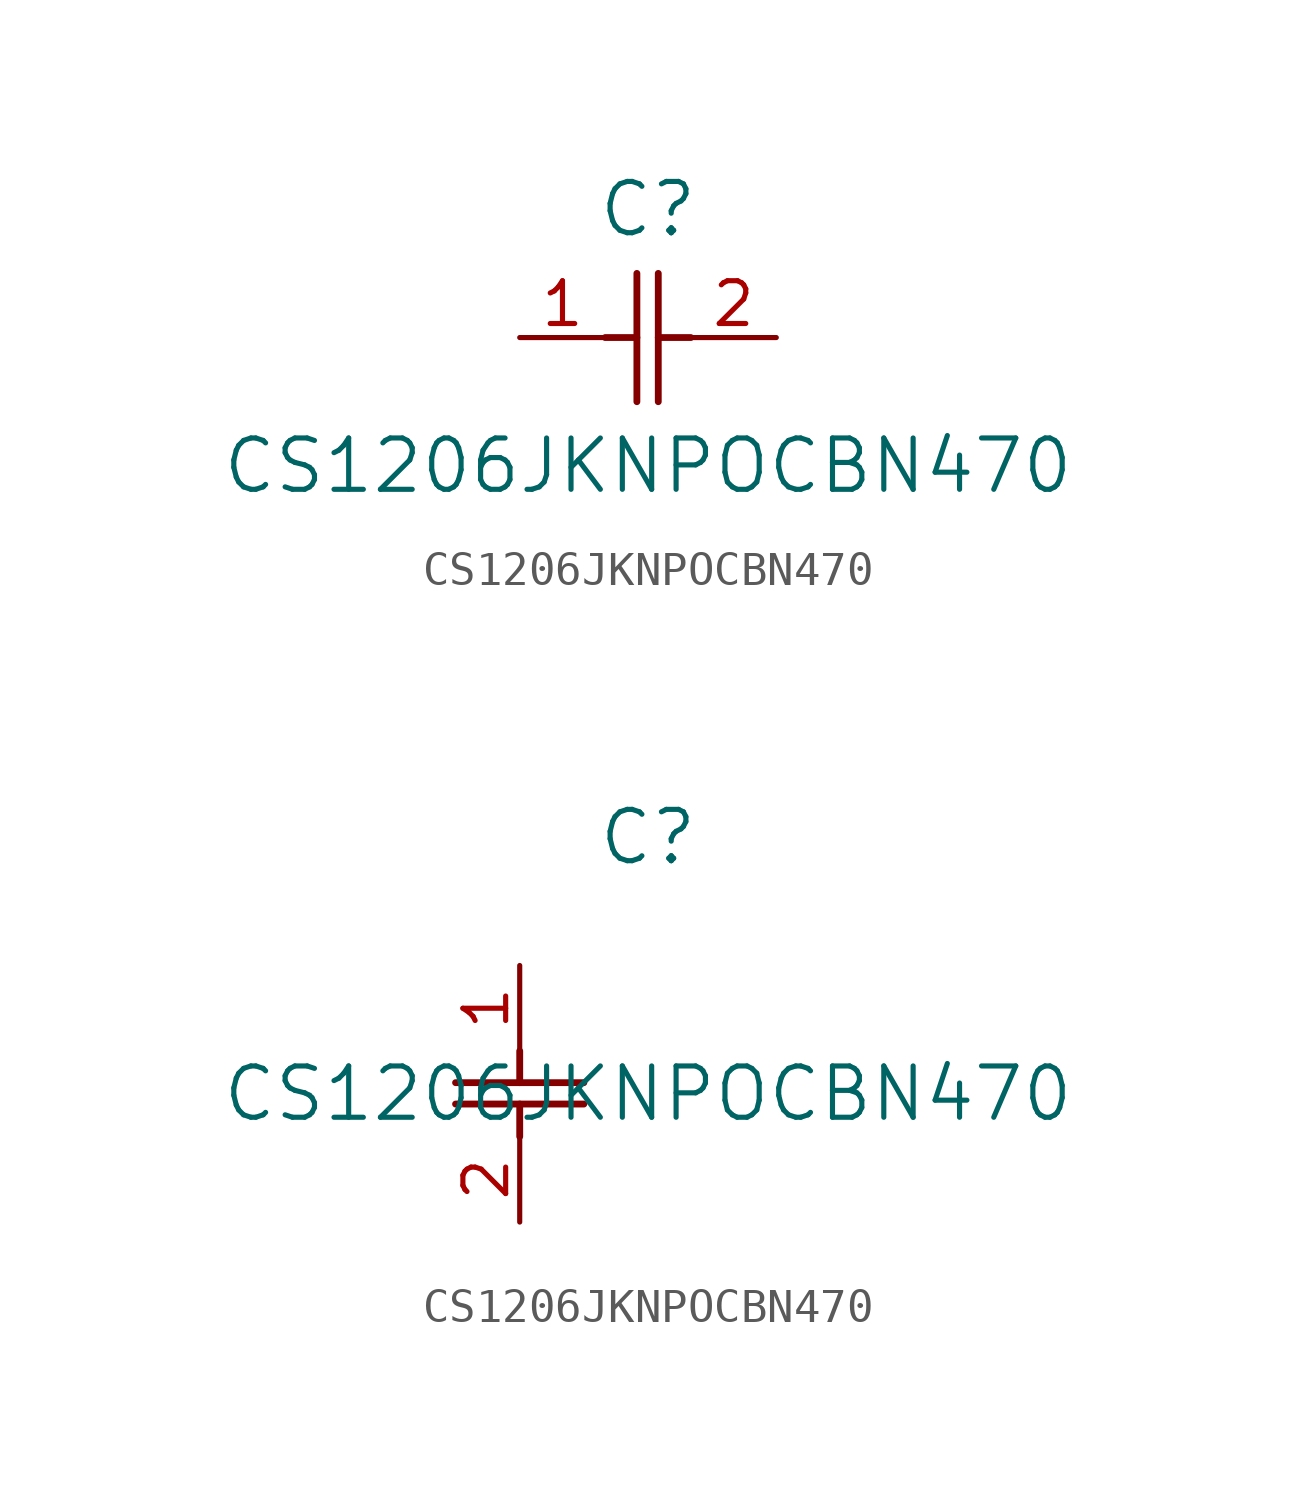
<source format=kicad_sym>
(kicad_symbol_lib
  (version 20211014)
  (generator kicad_symbol_editor)
  (symbol "CS1206JKNPOCBN470"
    (pin_names
      (offset 0.254))
    (property "Reference" "C"
      (at 3.81 3.81 0)
      (effects (font (size 1.524 1.524))))
    (property "Value" "CS1206JKNPOCBN470"
      (at 3.81 -3.81 0)
      (effects (font (size 1.524 1.524))))
    (symbol "CS1206JKNPOCBN470_1_1"
      (polyline (pts (xy 3.48 -1.905) (xy 3.48 1.905)) (stroke (width 0.203) (type default) (color 0 0 0 0)) (fill (type none)))
      (polyline (pts (xy 4.115 -1.905) (xy 4.115 1.905)) (stroke (width 0.203) (type default) (color 0 0 0 0)) (fill (type none)))
      (polyline (pts (xy 4.115 0) (xy 5.08 0)) (stroke (width 0.203) (type default) (color 0 0 0 0)) (fill (type none)))
      (polyline (pts (xy 2.54 0) (xy 3.48 0)) (stroke (width 0.203) (type default) (color 0 0 0 0)) (fill (type none)))
      (pin unspecified line (at 0 0 0) (length 2.54) (name "" (effects (font (size 1.27 1.27)))) (number "1" (effects (font (size 1.27 1.27)))))
      (pin unspecified line (at 7.62 0 180) (length 2.54) (name "" (effects (font (size 1.27 1.27)))) (number "2" (effects (font (size 1.27 1.27))))))
    (symbol "CS1206JKNPOCBN470_1_2"
      (polyline (pts (xy -1.905 -3.48) (xy 1.905 -3.48)) (stroke (width 0.203) (type default) (color 0 0 0 0)) (fill (type none)))
      (polyline (pts (xy -1.905 -4.115) (xy 1.905 -4.115)) (stroke (width 0.203) (type default) (color 0 0 0 0)) (fill (type none)))
      (polyline (pts (xy 0 -4.115) (xy 0 -5.08)) (stroke (width 0.203) (type default) (color 0 0 0 0)) (fill (type none)))
      (polyline (pts (xy 0 -2.54) (xy 0 -3.48)) (stroke (width 0.203) (type default) (color 0 0 0 0)) (fill (type none)))
      (pin unspecified line (at 0 0 270) (length 2.54) (name "" (effects (font (size 1.27 1.27)))) (number "1" (effects (font (size 1.27 1.27)))))
      (pin unspecified line (at 0 -7.62 90) (length 2.54) (name "" (effects (font (size 1.27 1.27)))) (number "2" (effects (font (size 1.27 1.27))))))))
</source>
